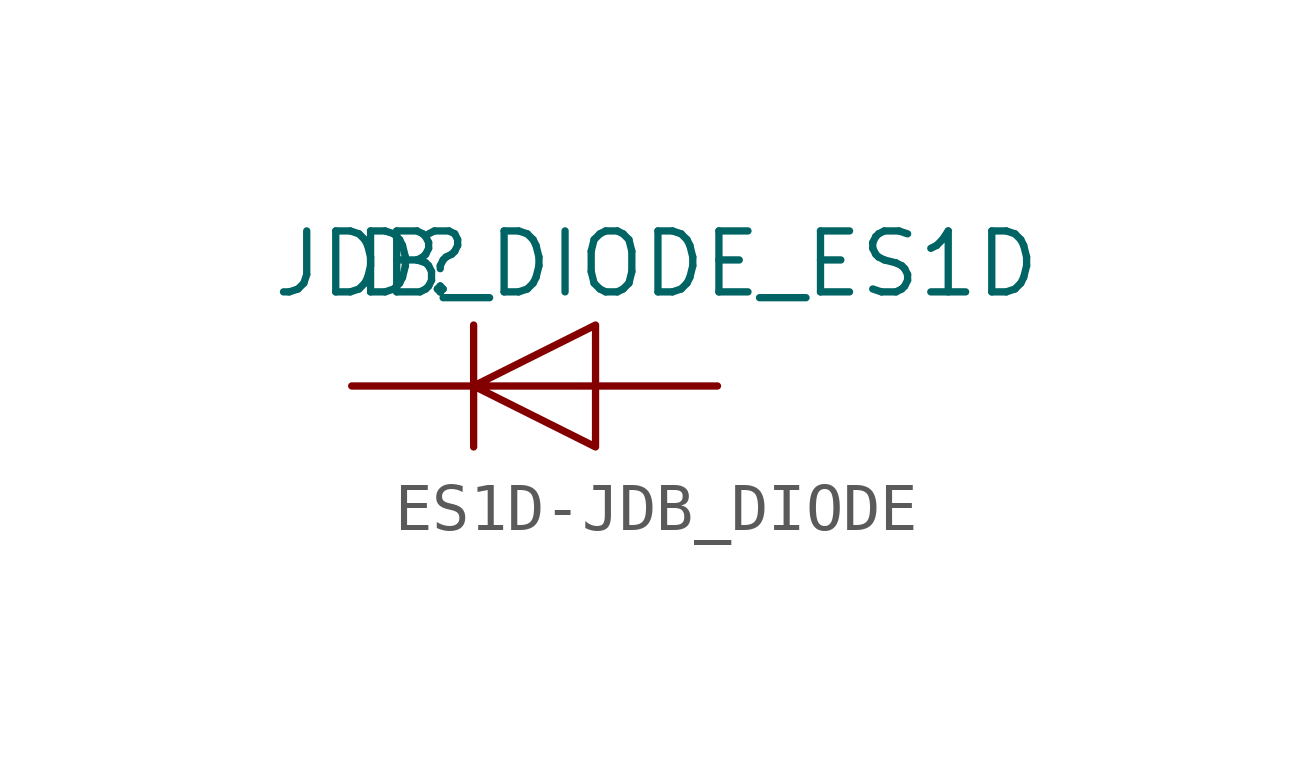
<source format=kicad_sym>
(kicad_symbol_lib
  (version 20231120)
  (generator "kicad_symbol_editor")
  (generator_version "8.0")
  (symbol "ES1D-JDB_DIODE"
    (pin_numbers hide)
    (pin_names
      (offset 0) hide)
    (property "Reference" "D"
      (at -2.54 2.54 0)
      (effects (font (size 1.27 1.27))))
    (property "Value" "JDB_DIODE_ES1D"
      (at 2.54 2.54 0)
      (effects (font (size 1.27 1.27))))
    (symbol "ES1D-JDB_DIODE_0_1"
      (polyline (pts (xy -1.27 -1.27) (xy -1.27 1.27)) (stroke (width 0) (type solid)) (fill (type none)))
      (polyline (pts (xy -1.27 0) (xy 1.27 0) (xy 1.27 1.27) (xy -1.27 0) (xy 1.27 -1.27) (xy 1.27 0)) (stroke (width 0) (type solid)) (fill (type none))))
    (symbol "ES1D-JDB_DIODE_1_1"
      (pin passive line (at -3.81 0 0) (length 2.54) (name "1" (effects (font (size 1.27 1.27)))) (number "1" (effects (font (size 1.27 1.27)))))
      (pin passive line (at 3.81 0 180) (length 2.54) (name "2" (effects (font (size 1.27 1.27)))) (number "2" (effects (font (size 1.27 1.27))))))))
</source>
